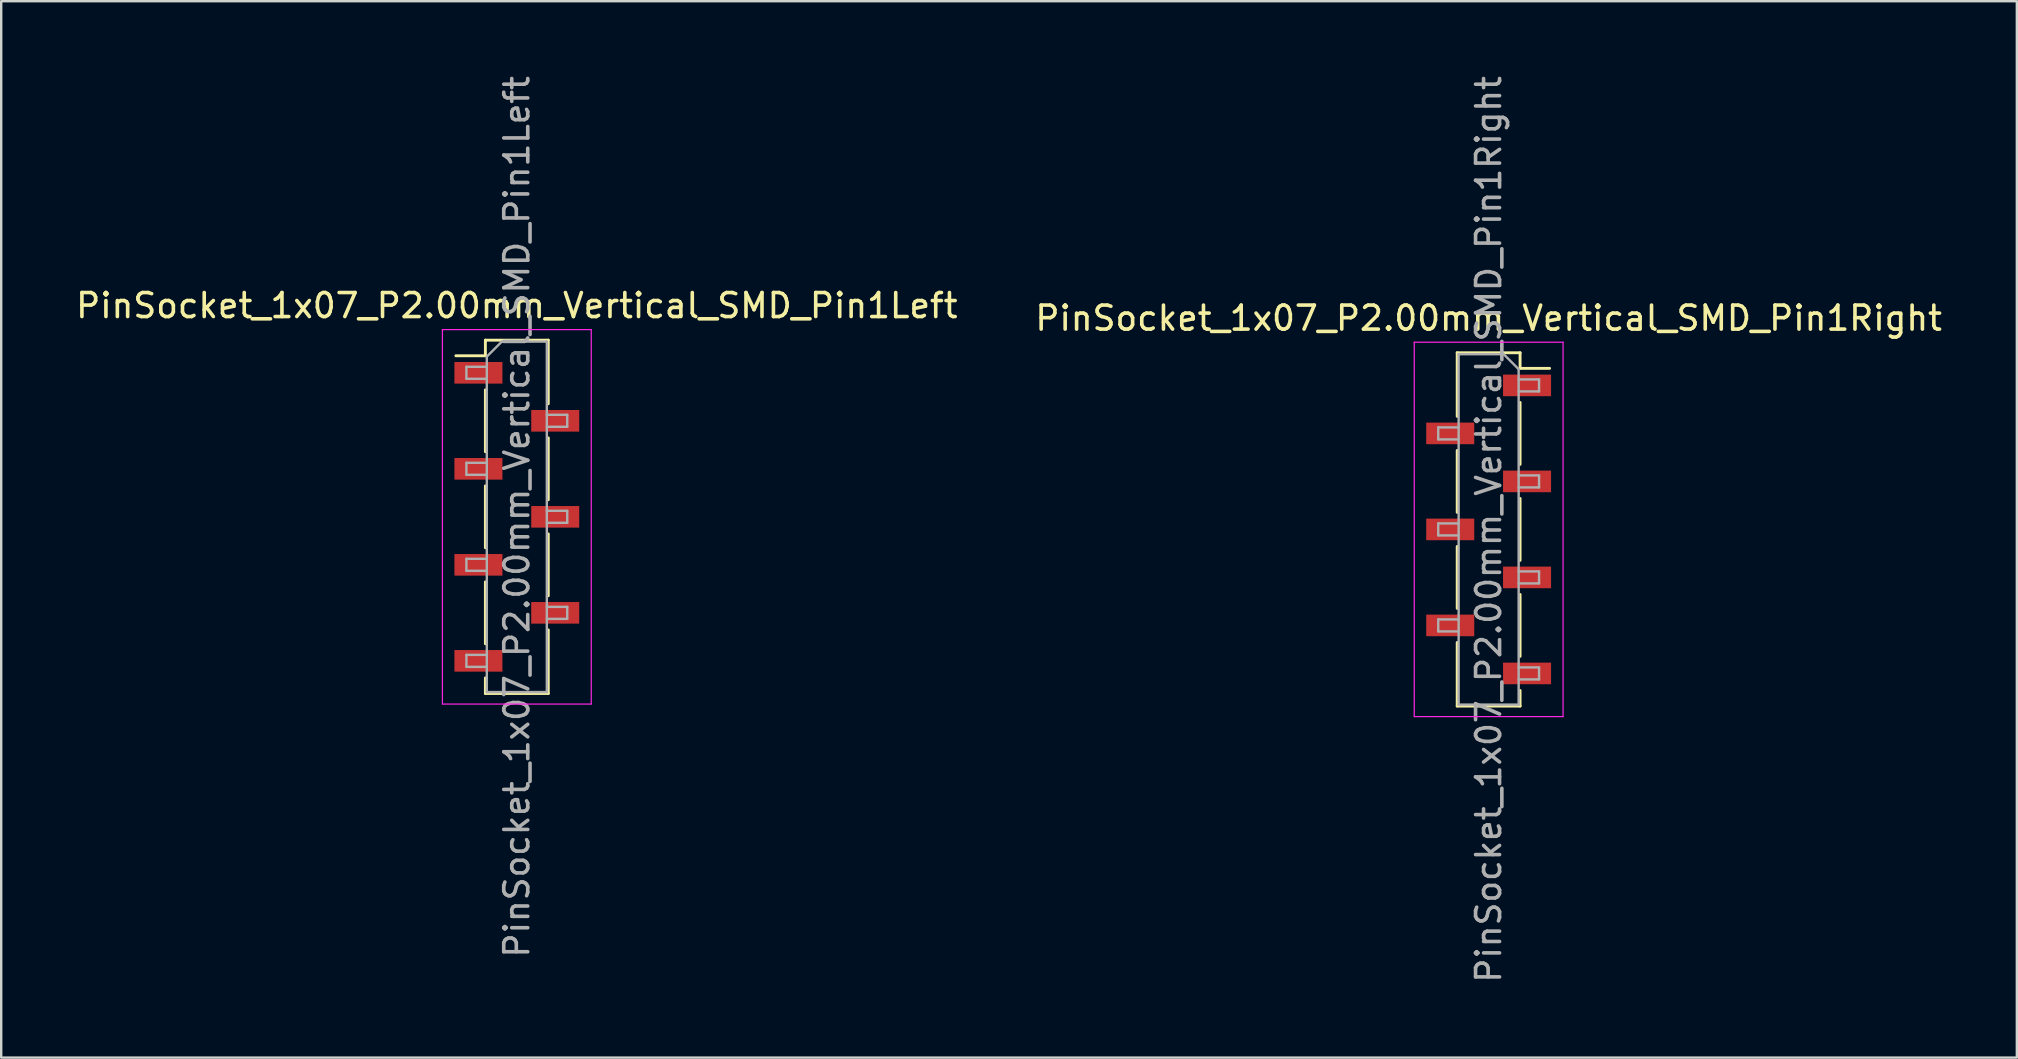
<source format=kicad_pcb>
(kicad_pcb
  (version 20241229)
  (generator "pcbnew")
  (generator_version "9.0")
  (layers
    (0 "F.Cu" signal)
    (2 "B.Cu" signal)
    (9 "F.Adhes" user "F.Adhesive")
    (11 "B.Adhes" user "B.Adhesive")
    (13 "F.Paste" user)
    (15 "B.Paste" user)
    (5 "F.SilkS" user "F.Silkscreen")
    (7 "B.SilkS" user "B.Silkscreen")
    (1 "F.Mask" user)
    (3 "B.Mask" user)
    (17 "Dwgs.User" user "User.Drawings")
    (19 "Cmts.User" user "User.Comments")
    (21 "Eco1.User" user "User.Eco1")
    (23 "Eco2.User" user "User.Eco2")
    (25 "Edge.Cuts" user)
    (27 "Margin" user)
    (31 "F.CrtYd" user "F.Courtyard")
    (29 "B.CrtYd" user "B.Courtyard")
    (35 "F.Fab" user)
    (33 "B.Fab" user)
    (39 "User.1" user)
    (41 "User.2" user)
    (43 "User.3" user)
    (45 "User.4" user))
  (footprint "PinSocket_1x07_P2.00mm_Vertical_SMD_Pin1Left"
    (layer "F.Cu")
    (at 18.482 18.482)
    (property "Reference" "PinSocket_1x07_P2.00mm_Vertical_SMD_Pin1Left" (at 0 -8.8 0) (layer "F.SilkS") (effects (font (size 1 1) (thickness 0.15))))
    (attr smd)
    (fp_line (start -2.54 -6.71) (end -1.31 -6.71) (stroke (width 0.12) (type solid)) (layer "F.SilkS"))
    (fp_line (start -1.31 -7.36) (end -1.31 -6.71) (stroke (width 0.12) (type solid)) (layer "F.SilkS"))
    (fp_line (start -1.31 -7.36) (end 1.31 -7.36) (stroke (width 0.12) (type solid)) (layer "F.SilkS"))
    (fp_line (start -1.31 -5.29) (end -1.31 -2.71) (stroke (width 0.12) (type solid)) (layer "F.SilkS"))
    (fp_line (start -1.31 -1.29) (end -1.31 1.29) (stroke (width 0.12) (type solid)) (layer "F.SilkS"))
    (fp_line (start -1.31 2.71) (end -1.31 5.29) (stroke (width 0.12) (type solid)) (layer "F.SilkS"))
    (fp_line (start -1.31 6.71) (end -1.31 7.36) (stroke (width 0.12) (type solid)) (layer "F.SilkS"))
    (fp_line (start -1.31 7.36) (end 1.31 7.36) (stroke (width 0.12) (type solid)) (layer "F.SilkS"))
    (fp_line (start 1.31 -7.36) (end 1.31 -4.71) (stroke (width 0.12) (type solid)) (layer "F.SilkS"))
    (fp_line (start 1.31 -3.29) (end 1.31 -0.71) (stroke (width 0.12) (type solid)) (layer "F.SilkS"))
    (fp_line (start 1.31 0.71) (end 1.31 3.29) (stroke (width 0.12) (type solid)) (layer "F.SilkS"))
    (fp_line (start 1.31 4.71) (end 1.31 7.36) (stroke (width 0.12) (type solid)) (layer "F.SilkS"))
    (fp_line (start -3.1 -7.8) (end 3.1 -7.8) (stroke (width 0.05) (type solid)) (layer "F.CrtYd"))
    (fp_line (start -3.1 7.8) (end -3.1 -7.8) (stroke (width 0.05) (type solid)) (layer "F.CrtYd"))
    (fp_line (start 3.1 -7.8) (end 3.1 7.8) (stroke (width 0.05) (type solid)) (layer "F.CrtYd"))
    (fp_line (start 3.1 7.8) (end -3.1 7.8) (stroke (width 0.05) (type solid)) (layer "F.CrtYd"))
    (fp_line (start -2.1 -6.25) (end -1.25 -6.25) (stroke (width 0.1) (type solid)) (layer "F.Fab"))
    (fp_line (start -2.1 -5.75) (end -2.1 -6.25) (stroke (width 0.1) (type solid)) (layer "F.Fab"))
    (fp_line (start -2.1 -2.25) (end -1.25 -2.25) (stroke (width 0.1) (type solid)) (layer "F.Fab"))
    (fp_line (start -2.1 -1.75) (end -2.1 -2.25) (stroke (width 0.1) (type solid)) (layer "F.Fab"))
    (fp_line (start -2.1 1.75) (end -1.25 1.75) (stroke (width 0.1) (type solid)) (layer "F.Fab"))
    (fp_line (start -2.1 2.25) (end -2.1 1.75) (stroke (width 0.1) (type solid)) (layer "F.Fab"))
    (fp_line (start -2.1 5.75) (end -1.25 5.75) (stroke (width 0.1) (type solid)) (layer "F.Fab"))
    (fp_line (start -2.1 6.25) (end -2.1 5.75) (stroke (width 0.1) (type solid)) (layer "F.Fab"))
    (fp_line (start -1.25 -6.675) (end -0.625 -7.3) (stroke (width 0.1) (type solid)) (layer "F.Fab"))
    (fp_line (start -1.25 -5.75) (end -2.1 -5.75) (stroke (width 0.1) (type solid)) (layer "F.Fab"))
    (fp_line (start -1.25 -1.75) (end -2.1 -1.75) (stroke (width 0.1) (type solid)) (layer "F.Fab"))
    (fp_line (start -1.25 2.25) (end -2.1 2.25) (stroke (width 0.1) (type solid)) (layer "F.Fab"))
    (fp_line (start -1.25 6.25) (end -2.1 6.25) (stroke (width 0.1) (type solid)) (layer "F.Fab"))
    (fp_line (start -1.25 7.3) (end -1.25 -6.675) (stroke (width 0.1) (type solid)) (layer "F.Fab"))
    (fp_line (start -0.625 -7.3) (end 1.25 -7.3) (stroke (width 0.1) (type solid)) (layer "F.Fab"))
    (fp_line (start 1.25 -7.3) (end 1.25 7.3) (stroke (width 0.1) (type solid)) (layer "F.Fab"))
    (fp_line (start 1.25 -4.25) (end 2.1 -4.25) (stroke (width 0.1) (type solid)) (layer "F.Fab"))
    (fp_line (start 1.25 -0.25) (end 2.1 -0.25) (stroke (width 0.1) (type solid)) (layer "F.Fab"))
    (fp_line (start 1.25 3.75) (end 2.1 3.75) (stroke (width 0.1) (type solid)) (layer "F.Fab"))
    (fp_line (start 1.25 7.3) (end -1.25 7.3) (stroke (width 0.1) (type solid)) (layer "F.Fab"))
    (fp_line (start 2.1 -4.25) (end 2.1 -3.75) (stroke (width 0.1) (type solid)) (layer "F.Fab"))
    (fp_line (start 2.1 -3.75) (end 1.25 -3.75) (stroke (width 0.1) (type solid)) (layer "F.Fab"))
    (fp_line (start 2.1 -0.25) (end 2.1 0.25) (stroke (width 0.1) (type solid)) (layer "F.Fab"))
    (fp_line (start 2.1 0.25) (end 1.25 0.25) (stroke (width 0.1) (type solid)) (layer "F.Fab"))
    (fp_line (start 2.1 3.75) (end 2.1 4.25) (stroke (width 0.1) (type solid)) (layer "F.Fab"))
    (fp_line (start 2.1 4.25) (end 1.25 4.25) (stroke (width 0.1) (type solid)) (layer "F.Fab"))
    (fp_text user "${REFERENCE}" (at 0 0 90) (layer "F.Fab") (effects (font (size 1 1) (thickness 0.15))))
    (pad "1" smd rect (at -1.6 -6) (size 2 0.9) (layers "F.Cu" "F.Mask" "F.Paste"))
    (pad "2" smd rect (at 1.6 -4) (size 2 0.9) (layers "F.Cu" "F.Mask" "F.Paste"))
    (pad "3" smd rect (at -1.6 -2) (size 2 0.9) (layers "F.Cu" "F.Mask" "F.Paste"))
    (pad "4" smd rect (at 1.6 0) (size 2 0.9) (layers "F.Cu" "F.Mask" "F.Paste"))
    (pad "5" smd rect (at -1.6 2) (size 2 0.9) (layers "F.Cu" "F.Mask" "F.Paste"))
    (pad "6" smd rect (at 1.6 4) (size 2 0.9) (layers "F.Cu" "F.Mask" "F.Paste"))
    (pad "7" smd rect (at -1.6 6) (size 2 0.9) (layers "F.Cu" "F.Mask" "F.Paste")))
  (footprint "PinSocket_1x07_P2.00mm_Vertical_SMD_Pin1Right"
    (layer "F.Cu")
    (at 58.97 19.006)
    (property "Reference" "PinSocket_1x07_P2.00mm_Vertical_SMD_Pin1Right" (at 0 -8.8 0) (layer "F.SilkS") (effects (font (size 1 1) (thickness 0.15))))
    (attr smd)
    (fp_line (start -1.31 -7.36) (end -1.31 -4.71) (stroke (width 0.12) (type solid)) (layer "F.SilkS"))
    (fp_line (start -1.31 -7.36) (end 1.31 -7.36) (stroke (width 0.12) (type solid)) (layer "F.SilkS"))
    (fp_line (start -1.31 -3.29) (end -1.31 -0.71) (stroke (width 0.12) (type solid)) (layer "F.SilkS"))
    (fp_line (start -1.31 0.71) (end -1.31 3.29) (stroke (width 0.12) (type solid)) (layer "F.SilkS"))
    (fp_line (start -1.31 4.71) (end -1.31 7.36) (stroke (width 0.12) (type solid)) (layer "F.SilkS"))
    (fp_line (start -1.31 7.36) (end 1.31 7.36) (stroke (width 0.12) (type solid)) (layer "F.SilkS"))
    (fp_line (start 1.31 -7.36) (end 1.31 -6.71) (stroke (width 0.12) (type solid)) (layer "F.SilkS"))
    (fp_line (start 1.31 -6.71) (end 2.54 -6.71) (stroke (width 0.12) (type solid)) (layer "F.SilkS"))
    (fp_line (start 1.31 -5.29) (end 1.31 -2.71) (stroke (width 0.12) (type solid)) (layer "F.SilkS"))
    (fp_line (start 1.31 -1.29) (end 1.31 1.29) (stroke (width 0.12) (type solid)) (layer "F.SilkS"))
    (fp_line (start 1.31 2.71) (end 1.31 5.29) (stroke (width 0.12) (type solid)) (layer "F.SilkS"))
    (fp_line (start 1.31 6.71) (end 1.31 7.36) (stroke (width 0.12) (type solid)) (layer "F.SilkS"))
    (fp_line (start -3.1 -7.8) (end 3.1 -7.8) (stroke (width 0.05) (type solid)) (layer "F.CrtYd"))
    (fp_line (start -3.1 7.8) (end -3.1 -7.8) (stroke (width 0.05) (type solid)) (layer "F.CrtYd"))
    (fp_line (start 3.1 -7.8) (end 3.1 7.8) (stroke (width 0.05) (type solid)) (layer "F.CrtYd"))
    (fp_line (start 3.1 7.8) (end -3.1 7.8) (stroke (width 0.05) (type solid)) (layer "F.CrtYd"))
    (fp_line (start -2.1 -4.25) (end -1.25 -4.25) (stroke (width 0.1) (type solid)) (layer "F.Fab"))
    (fp_line (start -2.1 -3.75) (end -2.1 -4.25) (stroke (width 0.1) (type solid)) (layer "F.Fab"))
    (fp_line (start -2.1 -0.25) (end -1.25 -0.25) (stroke (width 0.1) (type solid)) (layer "F.Fab"))
    (fp_line (start -2.1 0.25) (end -2.1 -0.25) (stroke (width 0.1) (type solid)) (layer "F.Fab"))
    (fp_line (start -2.1 3.75) (end -1.25 3.75) (stroke (width 0.1) (type solid)) (layer "F.Fab"))
    (fp_line (start -2.1 4.25) (end -2.1 3.75) (stroke (width 0.1) (type solid)) (layer "F.Fab"))
    (fp_line (start -1.25 -7.3) (end 0.625 -7.3) (stroke (width 0.1) (type solid)) (layer "F.Fab"))
    (fp_line (start -1.25 -3.75) (end -2.1 -3.75) (stroke (width 0.1) (type solid)) (layer "F.Fab"))
    (fp_line (start -1.25 0.25) (end -2.1 0.25) (stroke (width 0.1) (type solid)) (layer "F.Fab"))
    (fp_line (start -1.25 4.25) (end -2.1 4.25) (stroke (width 0.1) (type solid)) (layer "F.Fab"))
    (fp_line (start -1.25 7.3) (end -1.25 -7.3) (stroke (width 0.1) (type solid)) (layer "F.Fab"))
    (fp_line (start 0.625 -7.3) (end 1.25 -6.675) (stroke (width 0.1) (type solid)) (layer "F.Fab"))
    (fp_line (start 1.25 -6.675) (end 1.25 7.3) (stroke (width 0.1) (type solid)) (layer "F.Fab"))
    (fp_line (start 1.25 -6.25) (end 2.1 -6.25) (stroke (width 0.1) (type solid)) (layer "F.Fab"))
    (fp_line (start 1.25 -2.25) (end 2.1 -2.25) (stroke (width 0.1) (type solid)) (layer "F.Fab"))
    (fp_line (start 1.25 1.75) (end 2.1 1.75) (stroke (width 0.1) (type solid)) (layer "F.Fab"))
    (fp_line (start 1.25 5.75) (end 2.1 5.75) (stroke (width 0.1) (type solid)) (layer "F.Fab"))
    (fp_line (start 1.25 7.3) (end -1.25 7.3) (stroke (width 0.1) (type solid)) (layer "F.Fab"))
    (fp_line (start 2.1 -6.25) (end 2.1 -5.75) (stroke (width 0.1) (type solid)) (layer "F.Fab"))
    (fp_line (start 2.1 -5.75) (end 1.25 -5.75) (stroke (width 0.1) (type solid)) (layer "F.Fab"))
    (fp_line (start 2.1 -2.25) (end 2.1 -1.75) (stroke (width 0.1) (type solid)) (layer "F.Fab"))
    (fp_line (start 2.1 -1.75) (end 1.25 -1.75) (stroke (width 0.1) (type solid)) (layer "F.Fab"))
    (fp_line (start 2.1 1.75) (end 2.1 2.25) (stroke (width 0.1) (type solid)) (layer "F.Fab"))
    (fp_line (start 2.1 2.25) (end 1.25 2.25) (stroke (width 0.1) (type solid)) (layer "F.Fab"))
    (fp_line (start 2.1 5.75) (end 2.1 6.25) (stroke (width 0.1) (type solid)) (layer "F.Fab"))
    (fp_line (start 2.1 6.25) (end 1.25 6.25) (stroke (width 0.1) (type solid)) (layer "F.Fab"))
    (fp_text user "${REFERENCE}" (at 0 0 90) (layer "F.Fab") (effects (font (size 1 1) (thickness 0.15))))
    (pad "1" smd rect (at 1.6 -6) (size 2 0.9) (layers "F.Cu" "F.Mask" "F.Paste"))
    (pad "2" smd rect (at -1.6 -4) (size 2 0.9) (layers "F.Cu" "F.Mask" "F.Paste"))
    (pad "3" smd rect (at 1.6 -2) (size 2 0.9) (layers "F.Cu" "F.Mask" "F.Paste"))
    (pad "4" smd rect (at -1.6 0) (size 2 0.9) (layers "F.Cu" "F.Mask" "F.Paste"))
    (pad "5" smd rect (at 1.6 2) (size 2 0.9) (layers "F.Cu" "F.Mask" "F.Paste"))
    (pad "6" smd rect (at -1.6 4) (size 2 0.9) (layers "F.Cu" "F.Mask" "F.Paste"))
    (pad "7" smd rect (at 1.6 6) (size 2 0.9) (layers "F.Cu" "F.Mask" "F.Paste")))
  (gr_rect
    (start -3 -3)
    (end 80.976 41.012)
    (stroke (width 0.1) (type default))
    (fill no)
    (layer "Edge.Cuts")))
</source>
